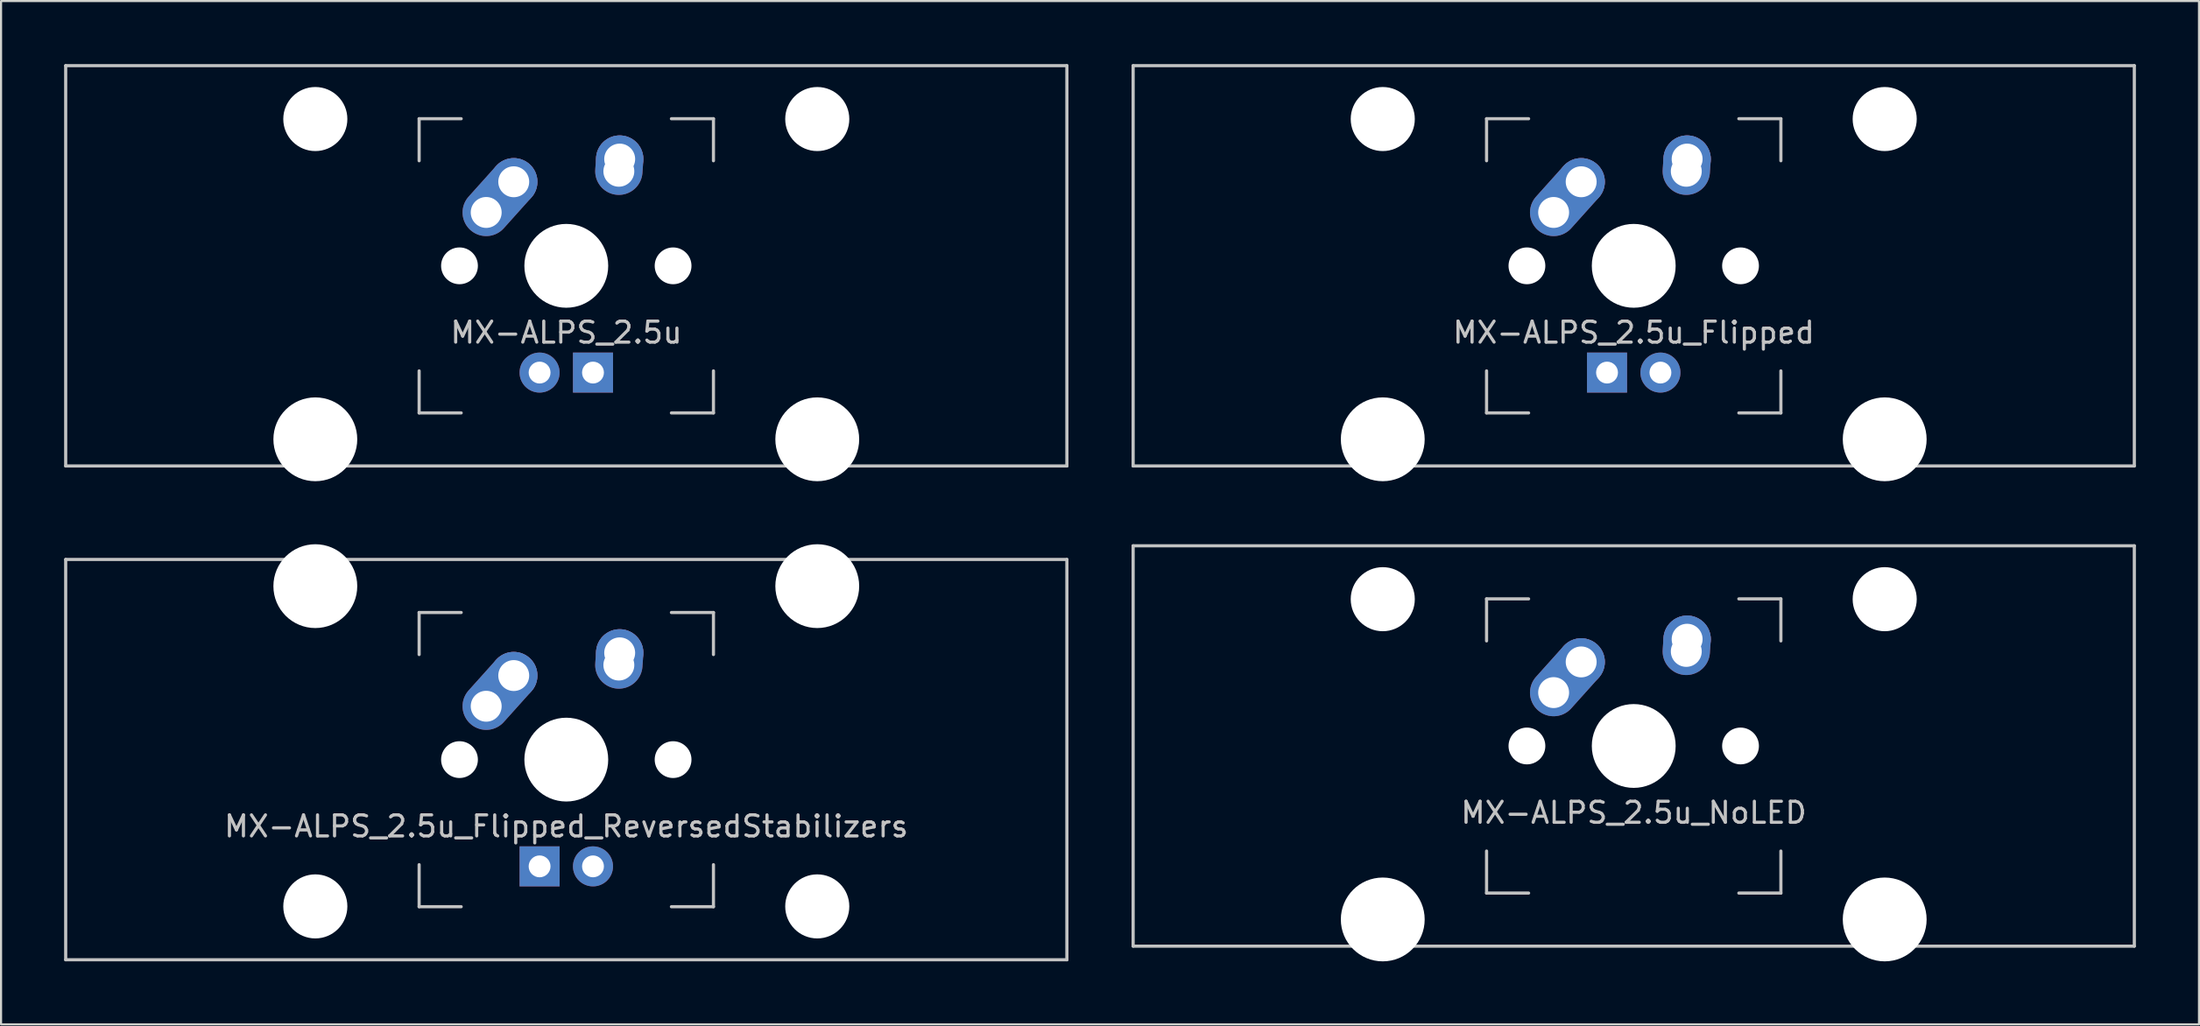
<source format=kicad_pcb>
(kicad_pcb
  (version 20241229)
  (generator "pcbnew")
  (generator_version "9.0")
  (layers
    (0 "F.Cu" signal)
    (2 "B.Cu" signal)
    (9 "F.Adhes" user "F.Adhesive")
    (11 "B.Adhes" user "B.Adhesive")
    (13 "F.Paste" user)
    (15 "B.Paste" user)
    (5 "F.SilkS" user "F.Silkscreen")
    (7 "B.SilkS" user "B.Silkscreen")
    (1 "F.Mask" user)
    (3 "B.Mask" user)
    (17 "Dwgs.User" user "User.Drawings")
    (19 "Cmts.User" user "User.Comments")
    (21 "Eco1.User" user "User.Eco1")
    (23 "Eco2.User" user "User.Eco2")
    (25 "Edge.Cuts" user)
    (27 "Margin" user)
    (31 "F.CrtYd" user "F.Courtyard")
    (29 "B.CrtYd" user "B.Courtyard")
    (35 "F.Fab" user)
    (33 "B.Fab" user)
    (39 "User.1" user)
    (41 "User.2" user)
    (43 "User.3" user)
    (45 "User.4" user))
  (footprint "MX-ALPS_2.5u"
    (layer "F.Cu")
    (at 23.887 9.6)
    (property "Reference" "MX-ALPS_2.5u" (at 0 3.175 0) (layer "Dwgs.User") (effects (font (size 1 1) (thickness 0.15))))
    (attr through_hole)
    (fp_line (start -23.812 -9.525) (end 23.812 -9.525) (stroke (width 0.15) (type solid)) (layer "Dwgs.User"))
    (fp_line (start -23.812 9.525) (end -23.812 -9.525) (stroke (width 0.15) (type solid)) (layer "Dwgs.User"))
    (fp_line (start -23.812 9.525) (end 23.812 9.525) (stroke (width 0.15) (type solid)) (layer "Dwgs.User"))
    (fp_line (start -7 -7) (end -7 -5) (stroke (width 0.15) (type solid)) (layer "Dwgs.User"))
    (fp_line (start -7 5) (end -7 7) (stroke (width 0.15) (type solid)) (layer "Dwgs.User"))
    (fp_line (start -7 7) (end -5 7) (stroke (width 0.15) (type solid)) (layer "Dwgs.User"))
    (fp_line (start -5 -7) (end -7 -7) (stroke (width 0.15) (type solid)) (layer "Dwgs.User"))
    (fp_line (start 5 -7) (end 7 -7) (stroke (width 0.15) (type solid)) (layer "Dwgs.User"))
    (fp_line (start 5 7) (end 7 7) (stroke (width 0.15) (type solid)) (layer "Dwgs.User"))
    (fp_line (start 7 -7) (end 7 -5) (stroke (width 0.15) (type solid)) (layer "Dwgs.User"))
    (fp_line (start 7 7) (end 7 5) (stroke (width 0.15) (type solid)) (layer "Dwgs.User"))
    (fp_line (start 23.812 -9.525) (end 23.812 9.525) (stroke (width 0.15) (type solid)) (layer "Dwgs.User"))
    (pad "" np_thru_hole circle (at -11.938 -6.985) (size 3.048 3.048) (drill 3.048) (layers "*.Cu" "*.Mask"))
    (pad "" np_thru_hole circle (at -11.938 8.255) (size 3.988 3.988) (drill 3.988) (layers "*.Cu" "*.Mask"))
    (pad "" np_thru_hole circle (at -5.08 0 48.1) (size 1.75 1.75) (drill 1.75) (layers "*.Cu" "*.Mask"))
    (pad "" np_thru_hole circle (at 0 0) (size 3.988 3.988) (drill 3.988) (layers "*.Cu" "*.Mask"))
    (pad "" np_thru_hole circle (at 5.08 0 48.1) (size 1.75 1.75) (drill 1.75) (layers "*.Cu" "*.Mask"))
    (pad "" np_thru_hole circle (at 11.938 -6.985) (size 3.048 3.048) (drill 3.048) (layers "*.Cu" "*.Mask"))
    (pad "" np_thru_hole circle (at 11.938 8.255) (size 3.988 3.988) (drill 3.988) (layers "*.Cu" "*.Mask"))
    (pad "1" thru_hole oval (at -3.81 -2.54 48.1) (size 4.212 2.25) (drill 1.47 (offset 0.981 0)) (layers "*.Cu" "B.Mask"))
    (pad "1" thru_hole circle (at -2.5 -4) (size 2.25 2.25) (drill 1.47) (layers "*.Cu" "B.Mask"))
    (pad "2" thru_hole oval (at 2.5 -4.5 86.055) (size 2.831 2.25) (drill 1.47 (offset 0.291 0)) (layers "*.Cu" "B.Mask"))
    (pad "2" thru_hole circle (at 2.54 -5.08) (size 2.25 2.25) (drill 1.47) (layers "*.Cu" "B.Mask"))
    (pad "3" thru_hole circle (at -1.27 5.08) (size 1.905 1.905) (drill 1.04) (layers "*.Cu" "B.Mask"))
    (pad "4" thru_hole rect (at 1.27 5.08) (size 1.905 1.905) (drill 1.04) (layers "*.Cu" "B.Mask")))
  (footprint "MX-ALPS_2.5u_Flipped"
    (layer "F.Cu")
    (at 74.662 9.6)
    (property "Reference" "MX-ALPS_2.5u_Flipped" (at 0 3.175 0) (layer "Dwgs.User") (effects (font (size 1 1) (thickness 0.15))))
    (attr through_hole)
    (fp_line (start -23.812 -9.525) (end 23.812 -9.525) (stroke (width 0.15) (type solid)) (layer "Dwgs.User"))
    (fp_line (start -23.812 9.525) (end -23.812 -9.525) (stroke (width 0.15) (type solid)) (layer "Dwgs.User"))
    (fp_line (start -23.812 9.525) (end 23.812 9.525) (stroke (width 0.15) (type solid)) (layer "Dwgs.User"))
    (fp_line (start -7 -7) (end -7 -5) (stroke (width 0.15) (type solid)) (layer "Dwgs.User"))
    (fp_line (start -7 5) (end -7 7) (stroke (width 0.15) (type solid)) (layer "Dwgs.User"))
    (fp_line (start -7 7) (end -5 7) (stroke (width 0.15) (type solid)) (layer "Dwgs.User"))
    (fp_line (start -5 -7) (end -7 -7) (stroke (width 0.15) (type solid)) (layer "Dwgs.User"))
    (fp_line (start 5 -7) (end 7 -7) (stroke (width 0.15) (type solid)) (layer "Dwgs.User"))
    (fp_line (start 5 7) (end 7 7) (stroke (width 0.15) (type solid)) (layer "Dwgs.User"))
    (fp_line (start 7 -7) (end 7 -5) (stroke (width 0.15) (type solid)) (layer "Dwgs.User"))
    (fp_line (start 7 7) (end 7 5) (stroke (width 0.15) (type solid)) (layer "Dwgs.User"))
    (fp_line (start 23.812 -9.525) (end 23.812 9.525) (stroke (width 0.15) (type solid)) (layer "Dwgs.User"))
    (pad "" np_thru_hole circle (at -11.938 -6.985) (size 3.048 3.048) (drill 3.048) (layers "*.Cu" "*.Mask"))
    (pad "" np_thru_hole circle (at -11.938 8.255) (size 3.988 3.988) (drill 3.988) (layers "*.Cu" "*.Mask"))
    (pad "" np_thru_hole circle (at -5.08 0 48.1) (size 1.75 1.75) (drill 1.75) (layers "*.Cu" "*.Mask"))
    (pad "" np_thru_hole circle (at 0 0) (size 3.988 3.988) (drill 3.988) (layers "*.Cu" "*.Mask"))
    (pad "" np_thru_hole circle (at 5.08 0 48.1) (size 1.75 1.75) (drill 1.75) (layers "*.Cu" "*.Mask"))
    (pad "" np_thru_hole circle (at 11.938 -6.985) (size 3.048 3.048) (drill 3.048) (layers "*.Cu" "*.Mask"))
    (pad "" np_thru_hole circle (at 11.938 8.255) (size 3.988 3.988) (drill 3.988) (layers "*.Cu" "*.Mask"))
    (pad "1" thru_hole oval (at -3.81 -2.54 48.1) (size 4.212 2.25) (drill 1.47 (offset 0.981 0)) (layers "*.Cu" "B.Mask"))
    (pad "1" thru_hole circle (at -2.5 -4) (size 2.25 2.25) (drill 1.47) (layers "*.Cu" "B.Mask"))
    (pad "2" thru_hole oval (at 2.5 -4.5 86.055) (size 2.831 2.25) (drill 1.47 (offset 0.291 0)) (layers "*.Cu" "B.Mask"))
    (pad "2" thru_hole circle (at 2.54 -5.08) (size 2.25 2.25) (drill 1.47) (layers "*.Cu" "B.Mask"))
    (pad "3" thru_hole circle (at 1.27 5.08) (size 1.905 1.905) (drill 1.04) (layers "*.Cu" "B.Mask"))
    (pad "4" thru_hole rect (at -1.27 5.08) (size 1.905 1.905) (drill 1.04) (layers "*.Cu" "B.Mask")))
  (footprint "MX-ALPS_2.5u_NoLED"
    (layer "F.Cu")
    (at 74.662 32.449)
    (property "Reference" "MX-ALPS_2.5u_NoLED" (at 0 3.175 0) (layer "Dwgs.User") (effects (font (size 1 1) (thickness 0.15))))
    (attr through_hole)
    (fp_line (start -23.812 -9.525) (end 23.812 -9.525) (stroke (width 0.15) (type solid)) (layer "Dwgs.User"))
    (fp_line (start -23.812 9.525) (end -23.812 -9.525) (stroke (width 0.15) (type solid)) (layer "Dwgs.User"))
    (fp_line (start -23.812 9.525) (end 23.812 9.525) (stroke (width 0.15) (type solid)) (layer "Dwgs.User"))
    (fp_line (start -7 -7) (end -7 -5) (stroke (width 0.15) (type solid)) (layer "Dwgs.User"))
    (fp_line (start -7 5) (end -7 7) (stroke (width 0.15) (type solid)) (layer "Dwgs.User"))
    (fp_line (start -7 7) (end -5 7) (stroke (width 0.15) (type solid)) (layer "Dwgs.User"))
    (fp_line (start -5 -7) (end -7 -7) (stroke (width 0.15) (type solid)) (layer "Dwgs.User"))
    (fp_line (start 5 -7) (end 7 -7) (stroke (width 0.15) (type solid)) (layer "Dwgs.User"))
    (fp_line (start 5 7) (end 7 7) (stroke (width 0.15) (type solid)) (layer "Dwgs.User"))
    (fp_line (start 7 -7) (end 7 -5) (stroke (width 0.15) (type solid)) (layer "Dwgs.User"))
    (fp_line (start 7 7) (end 7 5) (stroke (width 0.15) (type solid)) (layer "Dwgs.User"))
    (fp_line (start 23.812 -9.525) (end 23.812 9.525) (stroke (width 0.15) (type solid)) (layer "Dwgs.User"))
    (pad "" np_thru_hole circle (at -11.938 -6.985) (size 3.048 3.048) (drill 3.048) (layers "*.Cu" "*.Mask"))
    (pad "" np_thru_hole circle (at -11.938 8.255) (size 3.988 3.988) (drill 3.988) (layers "*.Cu" "*.Mask"))
    (pad "" np_thru_hole circle (at -5.08 0 48.1) (size 1.75 1.75) (drill 1.75) (layers "*.Cu" "*.Mask"))
    (pad "" np_thru_hole circle (at 0 0) (size 3.988 3.988) (drill 3.988) (layers "*.Cu" "*.Mask"))
    (pad "" np_thru_hole circle (at 5.08 0 48.1) (size 1.75 1.75) (drill 1.75) (layers "*.Cu" "*.Mask"))
    (pad "" np_thru_hole circle (at 11.938 -6.985) (size 3.048 3.048) (drill 3.048) (layers "*.Cu" "*.Mask"))
    (pad "" np_thru_hole circle (at 11.938 8.255) (size 3.988 3.988) (drill 3.988) (layers "*.Cu" "*.Mask"))
    (pad "1" thru_hole oval (at -3.81 -2.54 48.1) (size 4.212 2.25) (drill 1.47 (offset 0.981 0)) (layers "*.Cu" "B.Mask"))
    (pad "1" thru_hole circle (at -2.5 -4) (size 2.25 2.25) (drill 1.47) (layers "*.Cu" "B.Mask"))
    (pad "2" thru_hole oval (at 2.5 -4.5 86.055) (size 2.831 2.25) (drill 1.47 (offset 0.291 0)) (layers "*.Cu" "B.Mask"))
    (pad "2" thru_hole circle (at 2.54 -5.08) (size 2.25 2.25) (drill 1.47) (layers "*.Cu" "B.Mask")))
  (footprint "MX-ALPS_2.5u_Flipped_ReversedStabilizers"
    (layer "F.Cu")
    (at 23.887 33.098)
    (property "Reference" "MX-ALPS_2.5u_Flipped_ReversedStabilizers" (at 0 3.175 0) (layer "Dwgs.User") (effects (font (size 1 1) (thickness 0.15))))
    (attr through_hole)
    (fp_line (start -23.812 -9.525) (end 23.812 -9.525) (stroke (width 0.15) (type solid)) (layer "Dwgs.User"))
    (fp_line (start -23.812 9.525) (end -23.812 -9.525) (stroke (width 0.15) (type solid)) (layer "Dwgs.User"))
    (fp_line (start -23.812 9.525) (end 23.812 9.525) (stroke (width 0.15) (type solid)) (layer "Dwgs.User"))
    (fp_line (start -7 -7) (end -7 -5) (stroke (width 0.15) (type solid)) (layer "Dwgs.User"))
    (fp_line (start -7 5) (end -7 7) (stroke (width 0.15) (type solid)) (layer "Dwgs.User"))
    (fp_line (start -7 7) (end -5 7) (stroke (width 0.15) (type solid)) (layer "Dwgs.User"))
    (fp_line (start -5 -7) (end -7 -7) (stroke (width 0.15) (type solid)) (layer "Dwgs.User"))
    (fp_line (start 5 -7) (end 7 -7) (stroke (width 0.15) (type solid)) (layer "Dwgs.User"))
    (fp_line (start 5 7) (end 7 7) (stroke (width 0.15) (type solid)) (layer "Dwgs.User"))
    (fp_line (start 7 -7) (end 7 -5) (stroke (width 0.15) (type solid)) (layer "Dwgs.User"))
    (fp_line (start 7 7) (end 7 5) (stroke (width 0.15) (type solid)) (layer "Dwgs.User"))
    (fp_line (start 23.812 -9.525) (end 23.812 9.525) (stroke (width 0.15) (type solid)) (layer "Dwgs.User"))
    (pad "" np_thru_hole circle (at -11.938 -8.255) (size 3.988 3.988) (drill 3.988) (layers "*.Cu" "*.Mask"))
    (pad "" np_thru_hole circle (at -11.938 6.985) (size 3.048 3.048) (drill 3.048) (layers "*.Cu" "*.Mask"))
    (pad "" np_thru_hole circle (at -5.08 0 48.1) (size 1.75 1.75) (drill 1.75) (layers "*.Cu" "*.Mask"))
    (pad "" np_thru_hole circle (at 0 0) (size 3.988 3.988) (drill 3.988) (layers "*.Cu" "*.Mask"))
    (pad "" np_thru_hole circle (at 5.08 0 48.1) (size 1.75 1.75) (drill 1.75) (layers "*.Cu" "*.Mask"))
    (pad "" np_thru_hole circle (at 11.938 -8.255) (size 3.988 3.988) (drill 3.988) (layers "*.Cu" "*.Mask"))
    (pad "" np_thru_hole circle (at 11.938 6.985) (size 3.048 3.048) (drill 3.048) (layers "*.Cu" "*.Mask"))
    (pad "1" thru_hole oval (at -3.81 -2.54 48.1) (size 4.212 2.25) (drill 1.47 (offset 0.981 0)) (layers "*.Cu" "B.Mask"))
    (pad "1" thru_hole circle (at -2.5 -4) (size 2.25 2.25) (drill 1.47) (layers "*.Cu" "B.Mask"))
    (pad "2" thru_hole oval (at 2.5 -4.5 86.055) (size 2.831 2.25) (drill 1.47 (offset 0.291 0)) (layers "*.Cu" "B.Mask"))
    (pad "2" thru_hole circle (at 2.54 -5.08) (size 2.25 2.25) (drill 1.47) (layers "*.Cu" "B.Mask"))
    (pad "3" thru_hole circle (at 1.27 5.08) (size 1.905 1.905) (drill 1.04) (layers "*.Cu" "B.Mask"))
    (pad "4" thru_hole rect (at -1.27 5.08) (size 1.905 1.905) (drill 1.04) (layers "*.Cu" "B.Mask")))
  (gr_rect
    (start -3 -3)
    (end 101.55 45.698)
    (stroke (width 0.1) (type default))
    (fill no)
    (layer "Edge.Cuts")))
</source>
